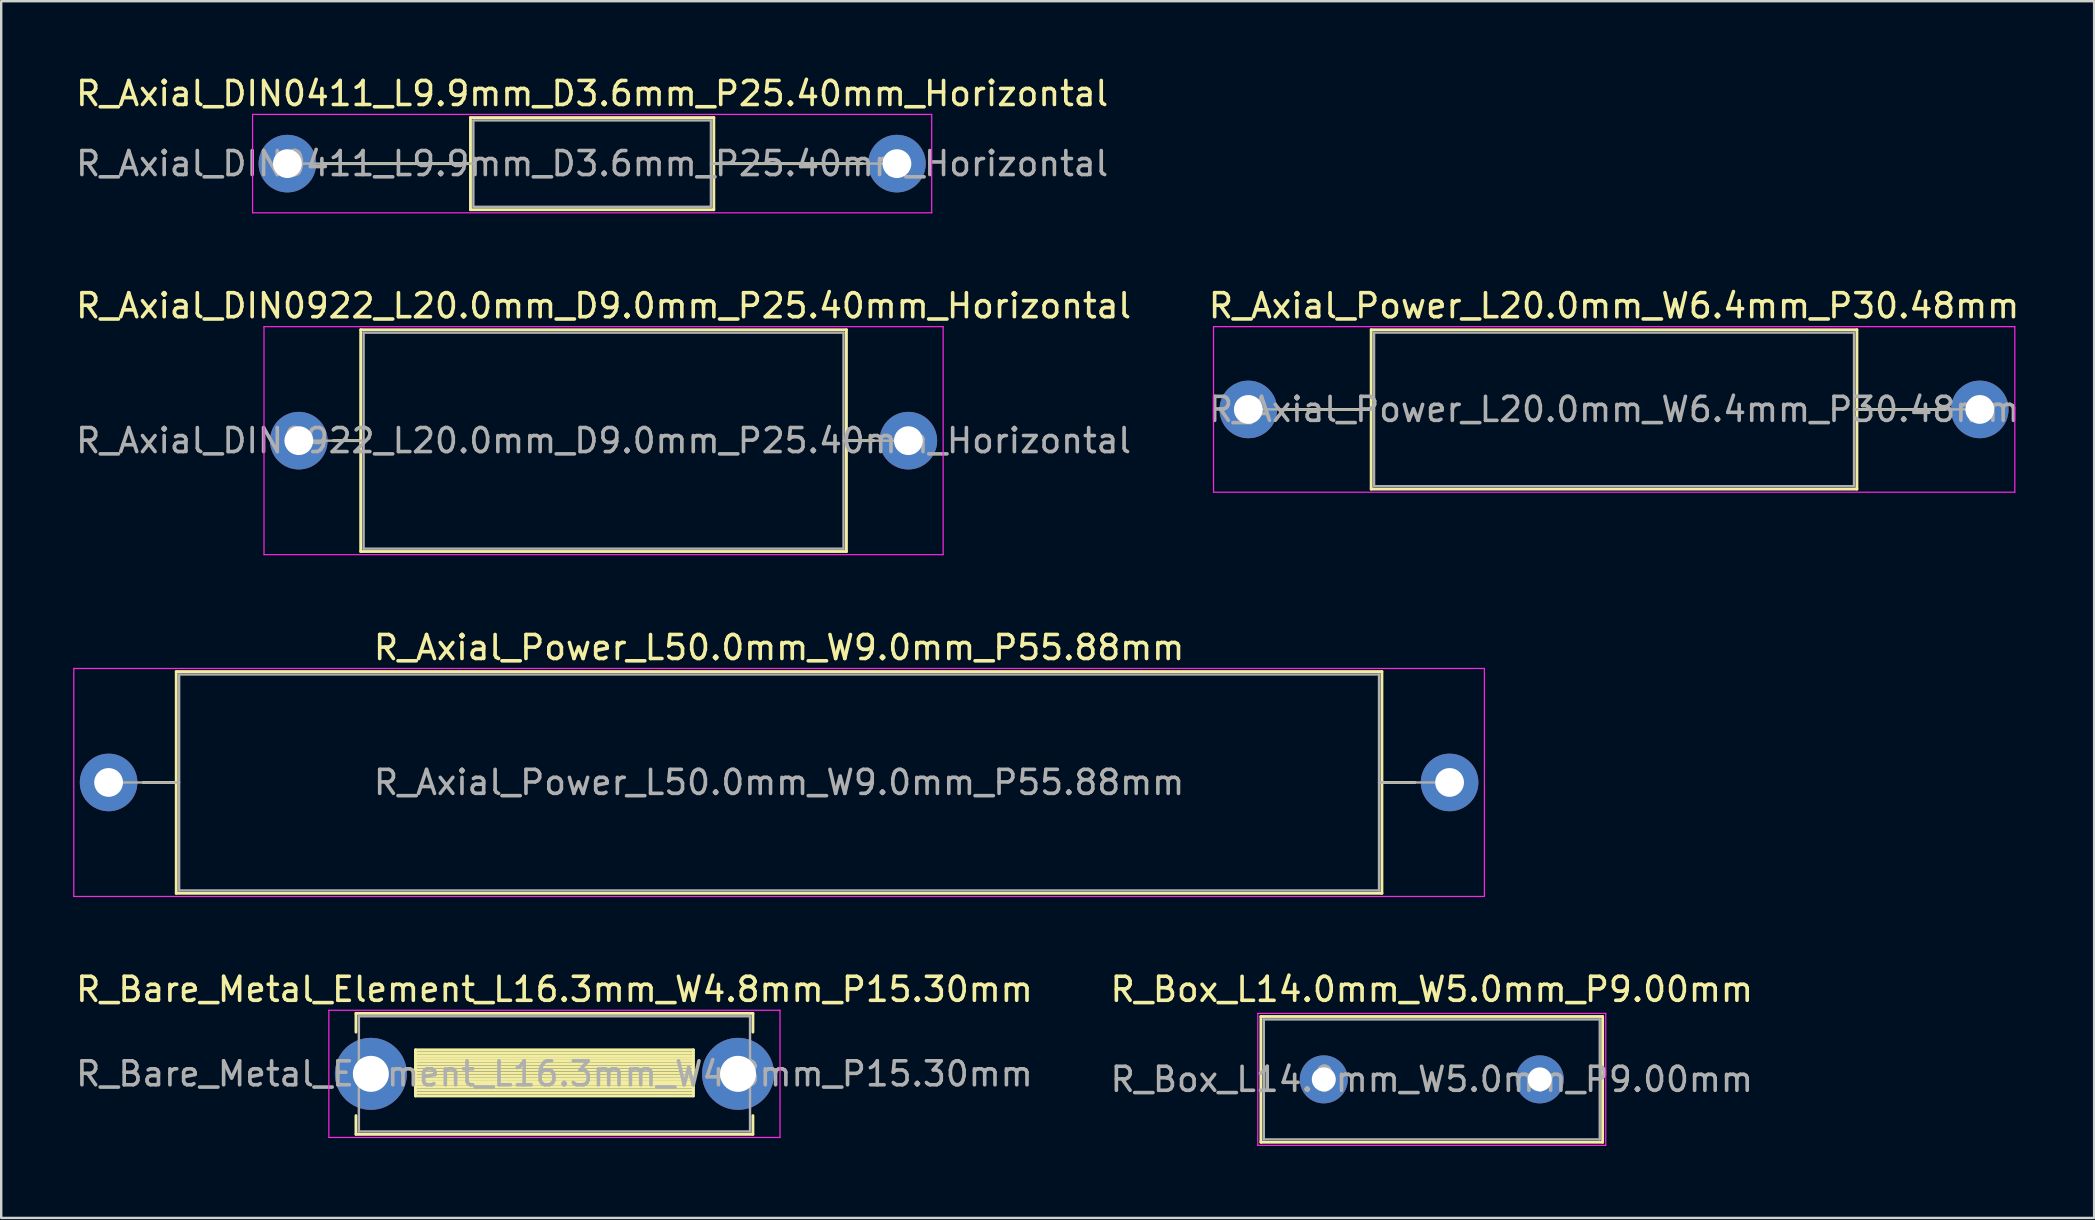
<source format=kicad_pcb>
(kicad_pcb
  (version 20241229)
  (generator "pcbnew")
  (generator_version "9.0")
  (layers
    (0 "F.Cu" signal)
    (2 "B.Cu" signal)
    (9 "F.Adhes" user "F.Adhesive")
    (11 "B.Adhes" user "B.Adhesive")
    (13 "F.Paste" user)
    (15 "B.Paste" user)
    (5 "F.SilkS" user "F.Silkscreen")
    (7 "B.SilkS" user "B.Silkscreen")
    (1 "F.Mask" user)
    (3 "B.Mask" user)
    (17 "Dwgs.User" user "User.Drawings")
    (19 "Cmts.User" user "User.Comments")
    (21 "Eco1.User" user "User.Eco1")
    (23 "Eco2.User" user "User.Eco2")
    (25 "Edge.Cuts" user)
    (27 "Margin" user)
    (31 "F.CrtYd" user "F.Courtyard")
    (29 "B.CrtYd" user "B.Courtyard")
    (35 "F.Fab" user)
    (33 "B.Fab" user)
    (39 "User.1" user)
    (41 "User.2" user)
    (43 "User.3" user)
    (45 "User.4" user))
  (footprint "R_Axial_Power_L50.0mm_W9.0mm_P55.88mm"
    (layer "F.Cu")
    (at 1.475 29.555)
    (property "Reference" "R_Axial_Power_L50.0mm_W9.0mm_P55.88mm" (at 27.94 -5.62 0) (layer "F.SilkS") (effects (font (size 1 1) (thickness 0.15))))
    (attr through_hole)
    (fp_line (start 1.44 0) (end 2.82 0) (stroke (width 0.12) (type solid)) (layer "F.SilkS"))
    (fp_line (start 2.82 -4.62) (end 2.82 4.62) (stroke (width 0.12) (type solid)) (layer "F.SilkS"))
    (fp_line (start 2.82 4.62) (end 53.06 4.62) (stroke (width 0.12) (type solid)) (layer "F.SilkS"))
    (fp_line (start 53.06 -4.62) (end 2.82 -4.62) (stroke (width 0.12) (type solid)) (layer "F.SilkS"))
    (fp_line (start 53.06 4.62) (end 53.06 -4.62) (stroke (width 0.12) (type solid)) (layer "F.SilkS"))
    (fp_line (start 54.44 0) (end 53.06 0) (stroke (width 0.12) (type solid)) (layer "F.SilkS"))
    (fp_line (start -1.45 -4.75) (end -1.45 4.75) (stroke (width 0.05) (type solid)) (layer "F.CrtYd"))
    (fp_line (start -1.45 4.75) (end 57.33 4.75) (stroke (width 0.05) (type solid)) (layer "F.CrtYd"))
    (fp_line (start 57.33 -4.75) (end -1.45 -4.75) (stroke (width 0.05) (type solid)) (layer "F.CrtYd"))
    (fp_line (start 57.33 4.75) (end 57.33 -4.75) (stroke (width 0.05) (type solid)) (layer "F.CrtYd"))
    (fp_line (start 0 0) (end 2.94 0) (stroke (width 0.1) (type solid)) (layer "F.Fab"))
    (fp_line (start 2.94 -4.5) (end 2.94 4.5) (stroke (width 0.1) (type solid)) (layer "F.Fab"))
    (fp_line (start 2.94 4.5) (end 52.94 4.5) (stroke (width 0.1) (type solid)) (layer "F.Fab"))
    (fp_line (start 52.94 -4.5) (end 2.94 -4.5) (stroke (width 0.1) (type solid)) (layer "F.Fab"))
    (fp_line (start 52.94 4.5) (end 52.94 -4.5) (stroke (width 0.1) (type solid)) (layer "F.Fab"))
    (fp_line (start 55.88 0) (end 52.94 0) (stroke (width 0.1) (type solid)) (layer "F.Fab"))
    (fp_text user "${REFERENCE}" (at 27.94 0 0) (layer "F.Fab") (effects (font (size 1 1) (thickness 0.15))))
    (pad "1" thru_hole circle (at 0 0) (size 2.4 2.4) (drill 1.2) (layers "*.Cu" "*.Mask"))
    (pad "2" thru_hole oval (at 55.88 0) (size 2.4 2.4) (drill 1.2) (layers "*.Cu" "*.Mask")))
  (footprint "R_Axial_DIN0411_L9.9mm_D3.6mm_P25.40mm_Horizontal"
    (layer "F.Cu")
    (at 8.925 3.768)
    (property "Reference" "R_Axial_DIN0411_L9.9mm_D3.6mm_P25.40mm_Horizontal" (at 12.7 -2.92 0) (layer "F.SilkS") (effects (font (size 1 1) (thickness 0.15))))
    (attr through_hole)
    (fp_line (start 1.44 0) (end 7.63 0) (stroke (width 0.12) (type solid)) (layer "F.SilkS"))
    (fp_line (start 7.63 -1.92) (end 7.63 1.92) (stroke (width 0.12) (type solid)) (layer "F.SilkS"))
    (fp_line (start 7.63 1.92) (end 17.77 1.92) (stroke (width 0.12) (type solid)) (layer "F.SilkS"))
    (fp_line (start 17.77 -1.92) (end 7.63 -1.92) (stroke (width 0.12) (type solid)) (layer "F.SilkS"))
    (fp_line (start 17.77 1.92) (end 17.77 -1.92) (stroke (width 0.12) (type solid)) (layer "F.SilkS"))
    (fp_line (start 23.96 0) (end 17.77 0) (stroke (width 0.12) (type solid)) (layer "F.SilkS"))
    (fp_line (start -1.45 -2.05) (end -1.45 2.05) (stroke (width 0.05) (type solid)) (layer "F.CrtYd"))
    (fp_line (start -1.45 2.05) (end 26.85 2.05) (stroke (width 0.05) (type solid)) (layer "F.CrtYd"))
    (fp_line (start 26.85 -2.05) (end -1.45 -2.05) (stroke (width 0.05) (type solid)) (layer "F.CrtYd"))
    (fp_line (start 26.85 2.05) (end 26.85 -2.05) (stroke (width 0.05) (type solid)) (layer "F.CrtYd"))
    (fp_line (start 0 0) (end 7.75 0) (stroke (width 0.1) (type solid)) (layer "F.Fab"))
    (fp_line (start 7.75 -1.8) (end 7.75 1.8) (stroke (width 0.1) (type solid)) (layer "F.Fab"))
    (fp_line (start 7.75 1.8) (end 17.65 1.8) (stroke (width 0.1) (type solid)) (layer "F.Fab"))
    (fp_line (start 17.65 -1.8) (end 7.75 -1.8) (stroke (width 0.1) (type solid)) (layer "F.Fab"))
    (fp_line (start 17.65 1.8) (end 17.65 -1.8) (stroke (width 0.1) (type solid)) (layer "F.Fab"))
    (fp_line (start 25.4 0) (end 17.65 0) (stroke (width 0.1) (type solid)) (layer "F.Fab"))
    (fp_text user "${REFERENCE}" (at 12.7 0 0) (layer "F.Fab") (effects (font (size 1 1) (thickness 0.15))))
    (pad "1" thru_hole circle (at 0 0) (size 2.4 2.4) (drill 1.2) (layers "*.Cu" "*.Mask"))
    (pad "2" thru_hole oval (at 25.4 0) (size 2.4 2.4) (drill 1.2) (layers "*.Cu" "*.Mask")))
  (footprint "R_Bare_Metal_Element_L16.3mm_W4.8mm_P15.30mm"
    (layer "F.Cu")
    (at 12.404 41.698)
    (property "Reference" "R_Bare_Metal_Element_L16.3mm_W4.8mm_P15.30mm" (at 7.65 -3.52 0) (layer "F.SilkS") (effects (font (size 1 1) (thickness 0.15))))
    (attr through_hole)
    (fp_line (start -0.62 -2.52) (end 15.92 -2.52) (stroke (width 0.12) (type solid)) (layer "F.SilkS"))
    (fp_line (start -0.62 -1.74) (end -0.62 -2.52) (stroke (width 0.12) (type solid)) (layer "F.SilkS"))
    (fp_line (start -0.62 1.74) (end -0.62 2.52) (stroke (width 0.12) (type solid)) (layer "F.SilkS"))
    (fp_line (start -0.62 2.52) (end 15.92 2.52) (stroke (width 0.12) (type solid)) (layer "F.SilkS"))
    (fp_line (start 1.86 -1) (end 1.86 0.92) (stroke (width 0.12) (type solid)) (layer "F.SilkS"))
    (fp_line (start 1.86 -1) (end 13.44 -1) (stroke (width 0.12) (type solid)) (layer "F.SilkS"))
    (fp_line (start 1.86 -0.88) (end 13.44 -0.88) (stroke (width 0.12) (type solid)) (layer "F.SilkS"))
    (fp_line (start 1.86 -0.76) (end 13.44 -0.76) (stroke (width 0.12) (type solid)) (layer "F.SilkS"))
    (fp_line (start 1.86 -0.64) (end 13.44 -0.64) (stroke (width 0.12) (type solid)) (layer "F.SilkS"))
    (fp_line (start 1.86 -0.52) (end 13.44 -0.52) (stroke (width 0.12) (type solid)) (layer "F.SilkS"))
    (fp_line (start 1.86 -0.4) (end 13.44 -0.4) (stroke (width 0.12) (type solid)) (layer "F.SilkS"))
    (fp_line (start 1.86 -0.28) (end 13.44 -0.28) (stroke (width 0.12) (type solid)) (layer "F.SilkS"))
    (fp_line (start 1.86 -0.16) (end 13.44 -0.16) (stroke (width 0.12) (type solid)) (layer "F.SilkS"))
    (fp_line (start 1.86 -0.04) (end 13.44 -0.04) (stroke (width 0.12) (type solid)) (layer "F.SilkS"))
    (fp_line (start 1.86 0.08) (end 13.44 0.08) (stroke (width 0.12) (type solid)) (layer "F.SilkS"))
    (fp_line (start 1.86 0.2) (end 13.44 0.2) (stroke (width 0.12) (type solid)) (layer "F.SilkS"))
    (fp_line (start 1.86 0.32) (end 13.44 0.32) (stroke (width 0.12) (type solid)) (layer "F.SilkS"))
    (fp_line (start 1.86 0.44) (end 13.44 0.44) (stroke (width 0.12) (type solid)) (layer "F.SilkS"))
    (fp_line (start 1.86 0.56) (end 13.44 0.56) (stroke (width 0.12) (type solid)) (layer "F.SilkS"))
    (fp_line (start 1.86 0.68) (end 13.44 0.68) (stroke (width 0.12) (type solid)) (layer "F.SilkS"))
    (fp_line (start 1.86 0.8) (end 13.44 0.8) (stroke (width 0.12) (type solid)) (layer "F.SilkS"))
    (fp_line (start 1.86 0.92) (end 13.44 0.92) (stroke (width 0.12) (type solid)) (layer "F.SilkS"))
    (fp_line (start 13.44 -1) (end 13.44 0.92) (stroke (width 0.12) (type solid)) (layer "F.SilkS"))
    (fp_line (start 15.92 -2.52) (end 15.92 -1.74) (stroke (width 0.12) (type solid)) (layer "F.SilkS"))
    (fp_line (start 15.92 2.52) (end 15.92 1.74) (stroke (width 0.12) (type solid)) (layer "F.SilkS"))
    (fp_line (start -1.75 -2.65) (end -1.75 2.65) (stroke (width 0.05) (type solid)) (layer "F.CrtYd"))
    (fp_line (start -1.75 2.65) (end 17.05 2.65) (stroke (width 0.05) (type solid)) (layer "F.CrtYd"))
    (fp_line (start 17.05 -2.65) (end -1.75 -2.65) (stroke (width 0.05) (type solid)) (layer "F.CrtYd"))
    (fp_line (start 17.05 2.65) (end 17.05 -2.65) (stroke (width 0.05) (type solid)) (layer "F.CrtYd"))
    (fp_line (start -0.5 -2.4) (end -0.5 2.4) (stroke (width 0.1) (type solid)) (layer "F.Fab"))
    (fp_line (start -0.5 2.4) (end 15.8 2.4) (stroke (width 0.1) (type solid)) (layer "F.Fab"))
    (fp_line (start 15.8 -2.4) (end -0.5 -2.4) (stroke (width 0.1) (type solid)) (layer "F.Fab"))
    (fp_line (start 15.8 2.4) (end 15.8 -2.4) (stroke (width 0.1) (type solid)) (layer "F.Fab"))
    (fp_text user "${REFERENCE}" (at 7.65 0 0) (layer "F.Fab") (effects (font (size 1 1) (thickness 0.15))))
    (pad "1" thru_hole circle (at 0 0) (size 3 3) (drill 1.5) (layers "*.Cu" "*.Mask"))
    (pad "2" thru_hole oval (at 15.3 0) (size 3 3) (drill 1.5) (layers "*.Cu" "*.Mask")))
  (footprint "R_Box_L14.0mm_W5.0mm_P9.00mm"
    (layer "F.Cu")
    (at 52.113 41.928)
    (property "Reference" "R_Box_L14.0mm_W5.0mm_P9.00mm" (at 4.5 -3.75 0) (layer "F.SilkS") (effects (font (size 1 1) (thickness 0.15))))
    (attr through_hole)
    (fp_line (start -2.62 -2.62) (end -2.62 2.62) (stroke (width 0.12) (type solid)) (layer "F.SilkS"))
    (fp_line (start -2.62 -2.62) (end 11.62 -2.62) (stroke (width 0.12) (type solid)) (layer "F.SilkS"))
    (fp_line (start -2.62 2.62) (end 11.62 2.62) (stroke (width 0.12) (type solid)) (layer "F.SilkS"))
    (fp_line (start 11.62 -2.62) (end 11.62 2.62) (stroke (width 0.12) (type solid)) (layer "F.SilkS"))
    (fp_line (start -2.75 -2.75) (end -2.75 2.75) (stroke (width 0.05) (type solid)) (layer "F.CrtYd"))
    (fp_line (start -2.75 2.75) (end 11.75 2.75) (stroke (width 0.05) (type solid)) (layer "F.CrtYd"))
    (fp_line (start 11.75 -2.75) (end -2.75 -2.75) (stroke (width 0.05) (type solid)) (layer "F.CrtYd"))
    (fp_line (start 11.75 2.75) (end 11.75 -2.75) (stroke (width 0.05) (type solid)) (layer "F.CrtYd"))
    (fp_line (start -2.5 -2.5) (end -2.5 2.5) (stroke (width 0.1) (type solid)) (layer "F.Fab"))
    (fp_line (start -2.5 2.5) (end 11.5 2.5) (stroke (width 0.1) (type solid)) (layer "F.Fab"))
    (fp_line (start 11.5 -2.5) (end -2.5 -2.5) (stroke (width 0.1) (type solid)) (layer "F.Fab"))
    (fp_line (start 11.5 2.5) (end 11.5 -2.5) (stroke (width 0.1) (type solid)) (layer "F.Fab"))
    (fp_text user "${REFERENCE}" (at 4.5 0 0) (layer "F.Fab") (effects (font (size 1 1) (thickness 0.15))))
    (pad "1" thru_hole circle (at 0 0) (size 2 2) (drill 1) (layers "*.Cu" "*.Mask"))
    (pad "2" thru_hole circle (at 9 0) (size 2 2) (drill 1) (layers "*.Cu" "*.Mask")))
  (footprint "R_Axial_Power_L20.0mm_W6.4mm_P30.48mm"
    (layer "F.Cu")
    (at 48.968 14.011)
    (property "Reference" "R_Axial_Power_L20.0mm_W6.4mm_P30.48mm" (at 15.24 -4.32 0) (layer "F.SilkS") (effects (font (size 1 1) (thickness 0.15))))
    (attr through_hole)
    (fp_line (start 1.44 0) (end 5.12 0) (stroke (width 0.12) (type solid)) (layer "F.SilkS"))
    (fp_line (start 5.12 -3.32) (end 5.12 3.32) (stroke (width 0.12) (type solid)) (layer "F.SilkS"))
    (fp_line (start 5.12 3.32) (end 25.36 3.32) (stroke (width 0.12) (type solid)) (layer "F.SilkS"))
    (fp_line (start 25.36 -3.32) (end 5.12 -3.32) (stroke (width 0.12) (type solid)) (layer "F.SilkS"))
    (fp_line (start 25.36 3.32) (end 25.36 -3.32) (stroke (width 0.12) (type solid)) (layer "F.SilkS"))
    (fp_line (start 29.04 0) (end 25.36 0) (stroke (width 0.12) (type solid)) (layer "F.SilkS"))
    (fp_line (start -1.45 -3.45) (end -1.45 3.45) (stroke (width 0.05) (type solid)) (layer "F.CrtYd"))
    (fp_line (start -1.45 3.45) (end 31.94 3.45) (stroke (width 0.05) (type solid)) (layer "F.CrtYd"))
    (fp_line (start 31.94 -3.45) (end -1.45 -3.45) (stroke (width 0.05) (type solid)) (layer "F.CrtYd"))
    (fp_line (start 31.94 3.45) (end 31.94 -3.45) (stroke (width 0.05) (type solid)) (layer "F.CrtYd"))
    (fp_line (start 0 0) (end 5.24 0) (stroke (width 0.1) (type solid)) (layer "F.Fab"))
    (fp_line (start 5.24 -3.2) (end 5.24 3.2) (stroke (width 0.1) (type solid)) (layer "F.Fab"))
    (fp_line (start 5.24 3.2) (end 25.24 3.2) (stroke (width 0.1) (type solid)) (layer "F.Fab"))
    (fp_line (start 25.24 -3.2) (end 5.24 -3.2) (stroke (width 0.1) (type solid)) (layer "F.Fab"))
    (fp_line (start 25.24 3.2) (end 25.24 -3.2) (stroke (width 0.1) (type solid)) (layer "F.Fab"))
    (fp_line (start 30.48 0) (end 25.24 0) (stroke (width 0.1) (type solid)) (layer "F.Fab"))
    (fp_text user "${REFERENCE}" (at 15.24 0 0) (layer "F.Fab") (effects (font (size 1 1) (thickness 0.15))))
    (pad "1" thru_hole circle (at 0 0) (size 2.4 2.4) (drill 1.2) (layers "*.Cu" "*.Mask"))
    (pad "2" thru_hole oval (at 30.48 0) (size 2.4 2.4) (drill 1.2) (layers "*.Cu" "*.Mask")))
  (footprint "R_Axial_DIN0922_L20.0mm_D9.0mm_P25.40mm_Horizontal"
    (layer "F.Cu")
    (at 9.401 15.312)
    (property "Reference" "R_Axial_DIN0922_L20.0mm_D9.0mm_P25.40mm_Horizontal" (at 12.7 -5.62 0) (layer "F.SilkS") (effects (font (size 1 1) (thickness 0.15))))
    (attr through_hole)
    (fp_line (start 1.44 0) (end 2.58 0) (stroke (width 0.12) (type solid)) (layer "F.SilkS"))
    (fp_line (start 2.58 -4.62) (end 2.58 4.62) (stroke (width 0.12) (type solid)) (layer "F.SilkS"))
    (fp_line (start 2.58 4.62) (end 22.82 4.62) (stroke (width 0.12) (type solid)) (layer "F.SilkS"))
    (fp_line (start 22.82 -4.62) (end 2.58 -4.62) (stroke (width 0.12) (type solid)) (layer "F.SilkS"))
    (fp_line (start 22.82 4.62) (end 22.82 -4.62) (stroke (width 0.12) (type solid)) (layer "F.SilkS"))
    (fp_line (start 23.96 0) (end 22.82 0) (stroke (width 0.12) (type solid)) (layer "F.SilkS"))
    (fp_line (start -1.45 -4.75) (end -1.45 4.75) (stroke (width 0.05) (type solid)) (layer "F.CrtYd"))
    (fp_line (start -1.45 4.75) (end 26.85 4.75) (stroke (width 0.05) (type solid)) (layer "F.CrtYd"))
    (fp_line (start 26.85 -4.75) (end -1.45 -4.75) (stroke (width 0.05) (type solid)) (layer "F.CrtYd"))
    (fp_line (start 26.85 4.75) (end 26.85 -4.75) (stroke (width 0.05) (type solid)) (layer "F.CrtYd"))
    (fp_line (start 0 0) (end 2.7 0) (stroke (width 0.1) (type solid)) (layer "F.Fab"))
    (fp_line (start 2.7 -4.5) (end 2.7 4.5) (stroke (width 0.1) (type solid)) (layer "F.Fab"))
    (fp_line (start 2.7 4.5) (end 22.7 4.5) (stroke (width 0.1) (type solid)) (layer "F.Fab"))
    (fp_line (start 22.7 -4.5) (end 2.7 -4.5) (stroke (width 0.1) (type solid)) (layer "F.Fab"))
    (fp_line (start 22.7 4.5) (end 22.7 -4.5) (stroke (width 0.1) (type solid)) (layer "F.Fab"))
    (fp_line (start 25.4 0) (end 22.7 0) (stroke (width 0.1) (type solid)) (layer "F.Fab"))
    (fp_text user "${REFERENCE}" (at 12.7 0 0) (layer "F.Fab") (effects (font (size 1 1) (thickness 0.15))))
    (pad "1" thru_hole circle (at 0 0) (size 2.4 2.4) (drill 1.2) (layers "*.Cu" "*.Mask"))
    (pad "2" thru_hole oval (at 25.4 0) (size 2.4 2.4) (drill 1.2) (layers "*.Cu" "*.Mask")))
  (gr_rect
    (start -3 -3)
    (end 84.214 47.703)
    (stroke (width 0.1) (type default))
    (fill no)
    (layer "Edge.Cuts")))
</source>
